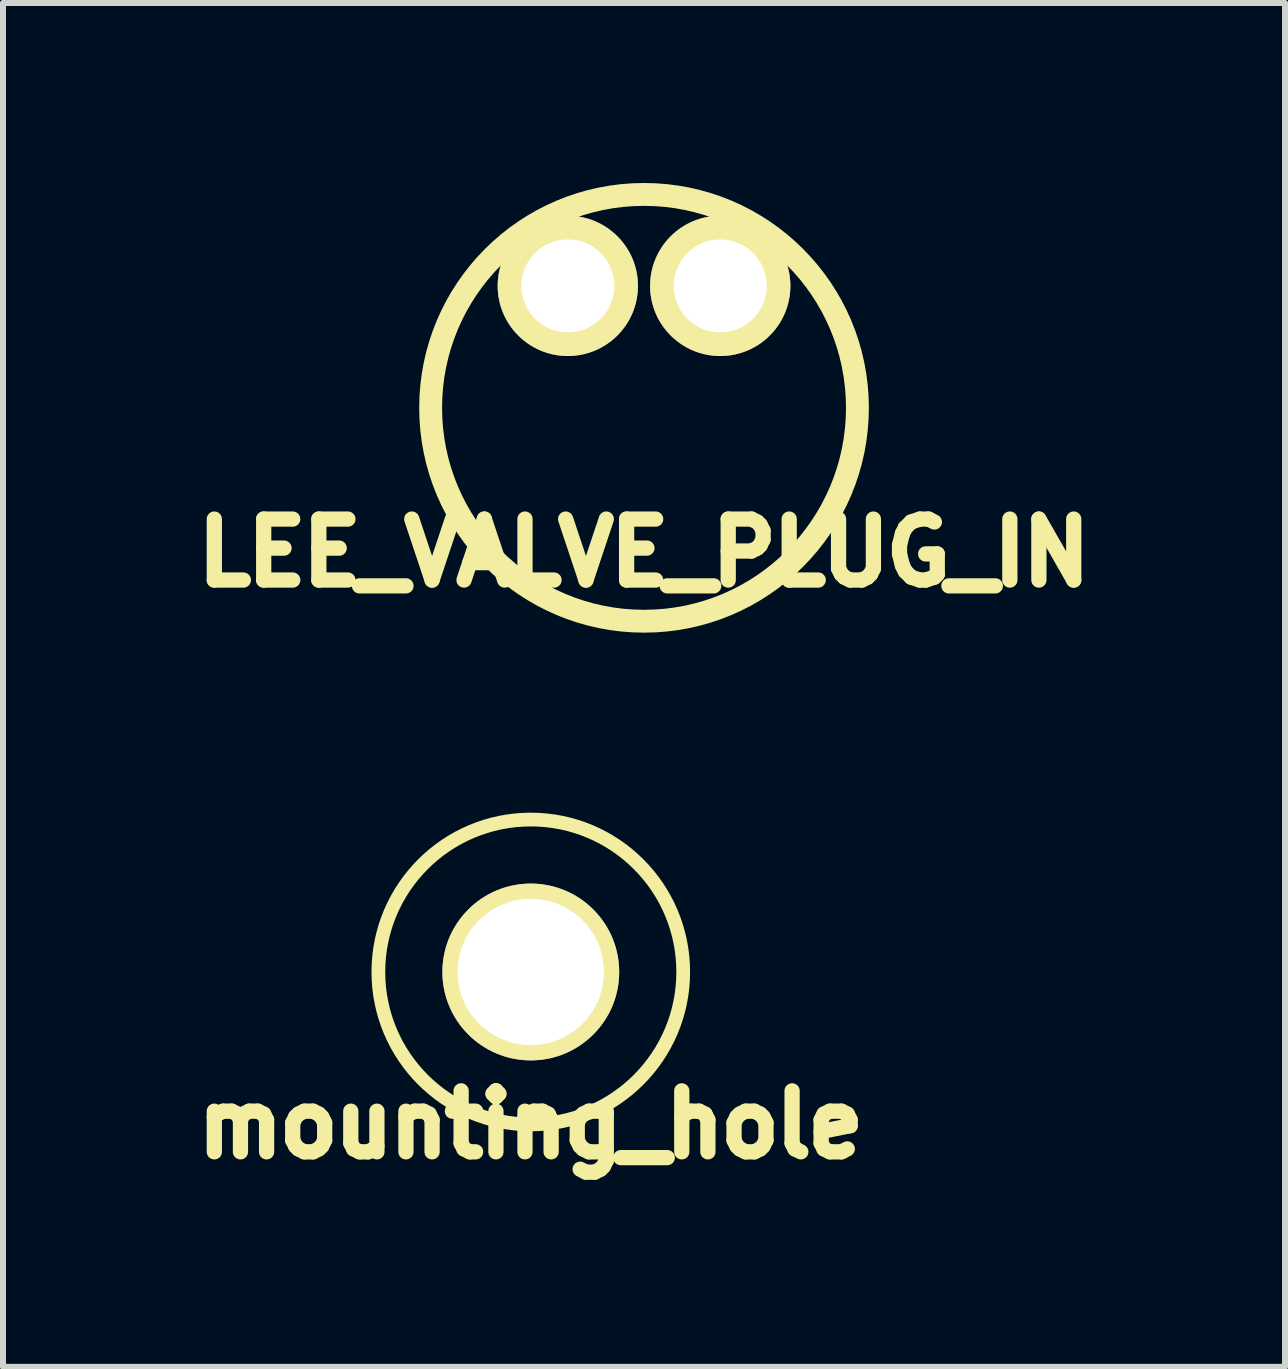
<source format=kicad_pcb>
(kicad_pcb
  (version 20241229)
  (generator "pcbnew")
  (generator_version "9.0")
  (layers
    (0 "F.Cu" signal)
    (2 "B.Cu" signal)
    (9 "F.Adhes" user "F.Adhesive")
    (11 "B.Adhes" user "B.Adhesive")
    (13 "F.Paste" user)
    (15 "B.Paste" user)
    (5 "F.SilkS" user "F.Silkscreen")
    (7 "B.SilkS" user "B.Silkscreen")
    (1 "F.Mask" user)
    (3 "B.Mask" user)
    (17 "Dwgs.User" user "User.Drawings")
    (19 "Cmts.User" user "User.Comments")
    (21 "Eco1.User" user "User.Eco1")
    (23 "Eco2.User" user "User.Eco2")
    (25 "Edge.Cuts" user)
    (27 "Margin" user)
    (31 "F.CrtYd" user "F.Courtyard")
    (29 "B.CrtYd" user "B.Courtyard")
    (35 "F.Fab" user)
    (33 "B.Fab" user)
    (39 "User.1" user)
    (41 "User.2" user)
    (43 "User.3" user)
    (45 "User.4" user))
  (footprint "mounting_hole"
    (layer "F.Cu")
    (at 5.795 13.147)
    (property "Reference" "mounting_hole" (at 0 2.54 0) (layer "F.SilkS") (effects (font (size 1.016 1.016) (thickness 0.254))))
    (attr through_hole)
    (fp_circle (center 0 0) (end 2.54 0) (stroke (width 0.229) (type solid)) (fill no) (layer "F.SilkS"))
    (pad "" thru_hole circle (at 0 0) (size 2.946 2.946) (drill 2.438) (layers "*.Cu" "*.Mask" "F.SilkS")))
  (footprint "LEE_VALVE_PLUG_IN"
    (layer "F.Cu")
    (at 7.682 1.714)
    (property "Reference" "LEE_VALVE_PLUG_IN" (at 0 4.445 0) (layer "F.SilkS") (effects (font (size 1.016 1.016) (thickness 0.254))))
    (attr through_hole)
    (fp_circle (center 0 2.032) (end 0 -1.524) (stroke (width 0.381) (type solid)) (fill no) (layer "F.SilkS"))
    (pad "1" thru_hole circle (at -1.27 0) (size 2.337 2.337) (drill 1.549) (layers "*.Cu" "*.Mask" "F.SilkS"))
    (pad "2" thru_hole circle (at 1.27 0) (size 2.337 2.337) (drill 1.549) (layers "*.Cu" "*.Mask" "F.SilkS")))
  (gr_rect
    (start -3 -3)
    (end 18.363 19.727)
    (stroke (width 0.1) (type default))
    (fill no)
    (layer "Edge.Cuts")))
</source>
